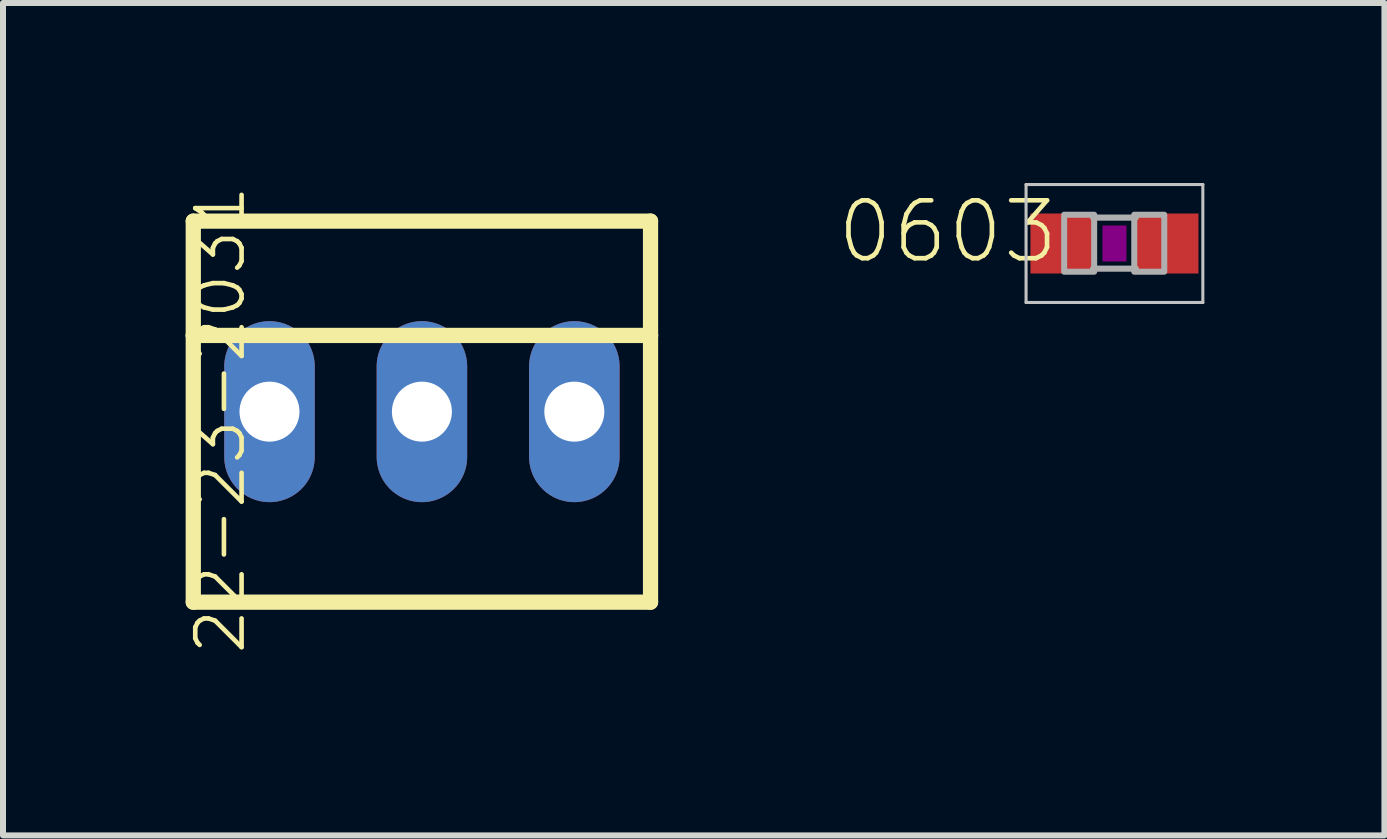
<source format=kicad_pcb>
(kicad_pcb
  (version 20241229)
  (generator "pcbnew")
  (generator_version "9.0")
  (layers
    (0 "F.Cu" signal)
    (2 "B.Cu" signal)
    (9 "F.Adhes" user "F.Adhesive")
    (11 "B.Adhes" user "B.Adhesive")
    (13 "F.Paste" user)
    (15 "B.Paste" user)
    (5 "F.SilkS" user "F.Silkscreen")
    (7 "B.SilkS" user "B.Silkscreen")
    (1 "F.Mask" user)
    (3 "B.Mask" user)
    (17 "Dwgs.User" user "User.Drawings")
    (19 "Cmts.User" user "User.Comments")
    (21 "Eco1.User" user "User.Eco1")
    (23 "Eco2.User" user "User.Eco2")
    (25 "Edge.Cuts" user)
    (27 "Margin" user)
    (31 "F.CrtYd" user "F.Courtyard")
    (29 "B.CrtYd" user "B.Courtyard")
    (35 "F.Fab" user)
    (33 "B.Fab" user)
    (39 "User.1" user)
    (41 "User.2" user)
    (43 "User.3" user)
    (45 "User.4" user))
  (footprint "0603"
    (layer "F.Cu")
    (at 15.522 1.008)
    (property "Reference" "0603" (at -0.889 -0.762 180) (layer "F.SilkS") (effects (font (size 0.965 0.965) (thickness 0.077)) (justify right top)))
    (attr through_hole)
    (fp_poly (pts (xy -0.2 0.3) (xy 0.2 0.3) (xy 0.2 -0.3) (xy -0.2 -0.3)) (stroke (width 0) (type solid)) (fill yes) (layer "F.Adhes"))
    (fp_line (start -1.473 -0.983) (end 1.473 -0.983) (stroke (width 0.051) (type solid)) (layer "Dwgs.User"))
    (fp_line (start -1.473 0.983) (end -1.473 -0.983) (stroke (width 0.051) (type solid)) (layer "Dwgs.User"))
    (fp_line (start 1.473 -0.983) (end 1.473 0.983) (stroke (width 0.051) (type solid)) (layer "Dwgs.User"))
    (fp_line (start 1.473 0.983) (end -1.473 0.983) (stroke (width 0.051) (type solid)) (layer "Dwgs.User"))
    (fp_line (start -0.356 -0.432) (end 0.356 -0.432) (stroke (width 0.102) (type solid)) (layer "F.Fab"))
    (fp_line (start -0.356 0.419) (end 0.356 0.419) (stroke (width 0.102) (type solid)) (layer "F.Fab"))
    (fp_poly (pts (xy -0.838 0.47) (xy -0.338 0.47) (xy -0.338 -0.48) (xy -0.838 -0.48)) (stroke (width 0.1) (type solid)) (fill no) (layer "F.Fab"))
    (fp_poly (pts (xy 0.33 0.47) (xy 0.83 0.47) (xy 0.83 -0.48) (xy 0.33 -0.48)) (stroke (width 0.1) (type solid)) (fill no) (layer "F.Fab"))
    (pad "1" smd rect (at -0.85 0) (size 1.1 1) (layers "F.Cu" "F.Mask" "F.Paste"))
    (pad "2" smd rect (at 0.85 0) (size 1.1 1) (layers "F.Cu" "F.Mask" "F.Paste")))
  (footprint "22-23-2031"
    (layer "F.Cu")
    (at 3.981 3.81)
    (property "Reference" "22-23-2031" (at -3.81 -3.81 270) (layer "F.SilkS") (effects (font (size 0.772 0.772) (thickness 0.077)) (justify right top)))
    (attr through_hole)
    (fp_line (start -3.81 -3.175) (end 3.81 -3.175) (stroke (width 0.254) (type solid)) (layer "F.SilkS"))
    (fp_line (start -3.81 -1.27) (end -3.81 -3.175) (stroke (width 0.254) (type solid)) (layer "F.SilkS"))
    (fp_line (start -3.81 -1.27) (end 3.81 -1.27) (stroke (width 0.254) (type solid)) (layer "F.SilkS"))
    (fp_line (start -3.81 3.175) (end -3.81 -1.27) (stroke (width 0.254) (type solid)) (layer "F.SilkS"))
    (fp_line (start 3.81 -3.175) (end 3.81 -1.27) (stroke (width 0.254) (type solid)) (layer "F.SilkS"))
    (fp_line (start 3.81 -1.27) (end 3.81 3.175) (stroke (width 0.254) (type solid)) (layer "F.SilkS"))
    (fp_line (start 3.81 3.175) (end -3.81 3.175) (stroke (width 0.254) (type solid)) (layer "F.SilkS"))
    (pad "1" thru_hole oval (at -2.54 0 90) (size 3.016 1.508) (drill 1) (layers "*.Cu" "*.Mask"))
    (pad "2" thru_hole oval (at 0 0 90) (size 3.016 1.508) (drill 1) (layers "*.Cu" "*.Mask"))
    (pad "3" thru_hole oval (at 2.54 0 90) (size 3.016 1.508) (drill 1) (layers "*.Cu" "*.Mask")))
  (gr_rect
    (start -3 -3)
    (end 20.021 10.872)
    (stroke (width 0.1) (type default))
    (fill no)
    (layer "Edge.Cuts")))
</source>
